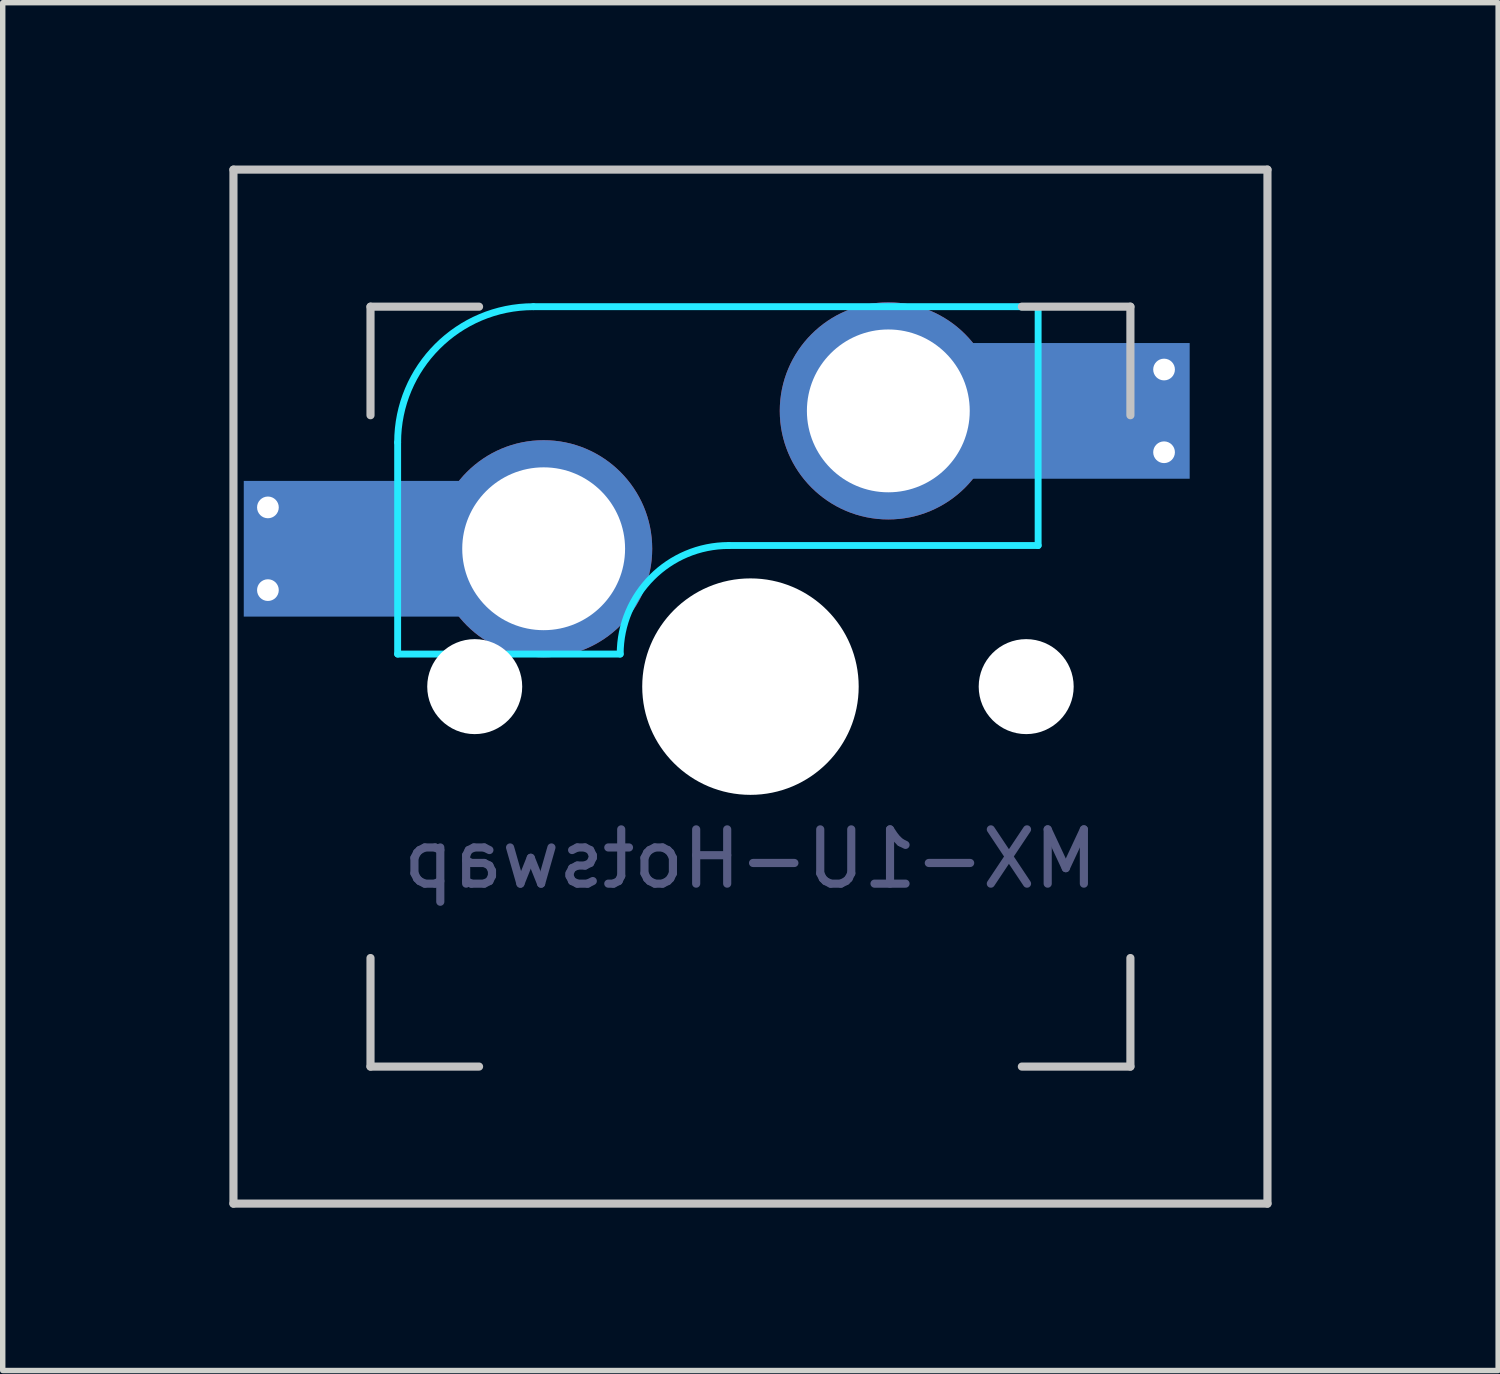
<source format=kicad_pcb>
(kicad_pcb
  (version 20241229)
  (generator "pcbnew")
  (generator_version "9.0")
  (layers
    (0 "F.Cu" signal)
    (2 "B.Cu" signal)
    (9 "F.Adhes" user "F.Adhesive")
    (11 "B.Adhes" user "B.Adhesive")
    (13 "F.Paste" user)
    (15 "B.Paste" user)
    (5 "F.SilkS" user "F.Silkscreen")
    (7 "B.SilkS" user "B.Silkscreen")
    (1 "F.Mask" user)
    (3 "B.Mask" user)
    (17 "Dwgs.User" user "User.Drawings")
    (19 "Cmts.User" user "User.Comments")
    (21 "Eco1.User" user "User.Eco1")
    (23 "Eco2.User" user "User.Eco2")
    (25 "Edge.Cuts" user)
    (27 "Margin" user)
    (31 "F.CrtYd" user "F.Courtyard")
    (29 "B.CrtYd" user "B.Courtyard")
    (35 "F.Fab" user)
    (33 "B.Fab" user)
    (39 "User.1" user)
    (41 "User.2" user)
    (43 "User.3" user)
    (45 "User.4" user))
  (footprint "MX-1U-Hotswap"
    (layer "F.Cu")
    (at 10.776 9.6)
    (property "Reference" "MX-1U-Hotswap" (at 0 3.175 0) (layer "B.Fab") (effects (font (size 1 1) (thickness 0.15)) (justify mirror)))
    (attr through_hole)
    (fp_line (start -9.525 -9.525) (end 9.525 -9.525) (stroke (width 0.15) (type solid)) (layer "Dwgs.User"))
    (fp_line (start -9.525 9.525) (end -9.525 -9.525) (stroke (width 0.15) (type solid)) (layer "Dwgs.User"))
    (fp_line (start -7 -7) (end -7 -5) (stroke (width 0.15) (type solid)) (layer "Dwgs.User"))
    (fp_line (start -7 5) (end -7 7) (stroke (width 0.15) (type solid)) (layer "Dwgs.User"))
    (fp_line (start -7 7) (end -5 7) (stroke (width 0.15) (type solid)) (layer "Dwgs.User"))
    (fp_line (start -5 -7) (end -7 -7) (stroke (width 0.15) (type solid)) (layer "Dwgs.User"))
    (fp_line (start 5 -7) (end 7 -7) (stroke (width 0.15) (type solid)) (layer "Dwgs.User"))
    (fp_line (start 5 7) (end 7 7) (stroke (width 0.15) (type solid)) (layer "Dwgs.User"))
    (fp_line (start 7 -7) (end 7 -5) (stroke (width 0.15) (type solid)) (layer "Dwgs.User"))
    (fp_line (start 7 7) (end 7 5) (stroke (width 0.15) (type solid)) (layer "Dwgs.User"))
    (fp_line (start 9.525 -9.525) (end 9.525 9.525) (stroke (width 0.15) (type solid)) (layer "Dwgs.User"))
    (fp_line (start 9.525 9.525) (end -9.525 9.525) (stroke (width 0.15) (type solid)) (layer "Dwgs.User"))
    (fp_line (start -6.5 -4.5) (end -6.5 -0.6) (stroke (width 0.127) (type solid)) (layer "B.CrtYd"))
    (fp_line (start -6.5 -0.6) (end -2.4 -0.6) (stroke (width 0.127) (type solid)) (layer "B.CrtYd"))
    (fp_line (start -0.4 -2.6) (end 5.3 -2.6) (stroke (width 0.127) (type solid)) (layer "B.CrtYd"))
    (fp_line (start 5.3 -7) (end -4 -7) (stroke (width 0.127) (type solid)) (layer "B.CrtYd"))
    (fp_line (start 5.3 -7) (end 5.3 -2.6) (stroke (width 0.127) (type solid)) (layer "B.CrtYd"))
    (fp_arc (start -6.5 -4.5) (mid -5.767767 -6.267767) (end -4 -7) (stroke (width 0.127) (type solid)) (layer "B.CrtYd"))
    (fp_arc (start -2.4 -0.6) (mid -1.814214 -2.014214) (end -0.4 -2.6) (stroke (width 0.127) (type solid)) (layer "B.CrtYd"))
    (fp_poly (pts (xy 8.334 -8.334) (xy 4.763 -8.334) (xy 3.572 -9.525) (xy -3.572 -9.525) (xy -4.763 -8.334) (xy -7.144 -8.334) (xy -8.334 -5.953) (xy -9.525 -5.953) (xy -10.716 -4.763) (xy -10.716 0) (xy -9.525 1.191) (xy -8.334 1.191) (xy -7.144 2.381) (xy -7.144 7.144) (xy 7.144 7.144) (xy 7.144 -1.191) (xy 8.334 -1.191) (xy 9.525 -2.381) (xy 9.525 -7.144)) (stroke (width 0.12) (type dash_dot_dot)) (fill no) (layer "User.2"))
    (fp_poly (pts (xy -9.525 -5.953) (xy -10.716 -4.763) (xy -10.716 0) (xy -9.525 1.191) (xy -8.334 1.191) (xy -7.144 2.381) (xy -7.144 7.144) (xy 7.144 7.144) (xy 7.144 2.381) (xy 8.334 1.191) (xy 9.525 1.191) (xy 10.716 0) (xy 10.716 -4.763) (xy 9.525 -5.953) (xy 9.525 -7.144) (xy 8.334 -8.334) (xy 4.763 -8.334) (xy 3.572 -9.525) (xy -3.572 -9.525) (xy -4.763 -8.334) (xy -8.334 -8.334) (xy -9.525 -7.144)) (stroke (width 0.12) (type dot)) (fill no) (layer "User.2"))
    (pad "" smd rect (at -7.085 -2.54) (size 2.55 2.5) (layers "B.Mask" "B.Paste"))
    (pad "" np_thru_hole circle (at -5.08 0 48.1) (size 1.75 1.75) (drill 1.75) (layers "*.Cu" "*.Mask"))
    (pad "" np_thru_hole circle (at 0 0) (size 3.988 3.988) (drill 3.988) (layers "*.Cu" "*.Mask"))
    (pad "" np_thru_hole circle (at 5.08 0 48.1) (size 1.75 1.75) (drill 1.75) (layers "*.Cu" "*.Mask"))
    (pad "" smd rect (at 5.815 -5.08) (size 2.55 2.5) (layers "B.Mask" "B.Paste"))
    (pad "1" thru_hole circle (at -8.89 -3.302) (size 0.8 0.8) (drill 0.4) (layers "*.Cu"))
    (pad "1" thru_hole circle (at -8.89 -1.778) (size 0.8 0.8) (drill 0.4) (layers "*.Cu"))
    (pad "1" smd rect (at -7.085 -2.54) (size 4.5 2.5) (layers "B.Cu"))
    (pad "1" thru_hole circle (at -3.81 -2.54) (size 4 4) (drill 3) (layers "*.Cu"))
    (pad "2" thru_hole circle (at 2.54 -5.08) (size 4 4) (drill 3) (layers "*.Cu"))
    (pad "2" smd rect (at 5.842 -5.08) (size 4.5 2.5) (layers "B.Cu"))
    (pad "2" thru_hole circle (at 7.62 -5.842) (size 0.8 0.8) (drill 0.4) (layers "*.Cu"))
    (pad "2" thru_hole circle (at 7.62 -4.318) (size 0.8 0.8) (drill 0.4) (layers "*.Cu")))
  (gr_rect
    (start -3 -3)
    (end 24.551 22.2)
    (stroke (width 0.1) (type default))
    (fill no)
    (layer "Edge.Cuts")))
</source>
